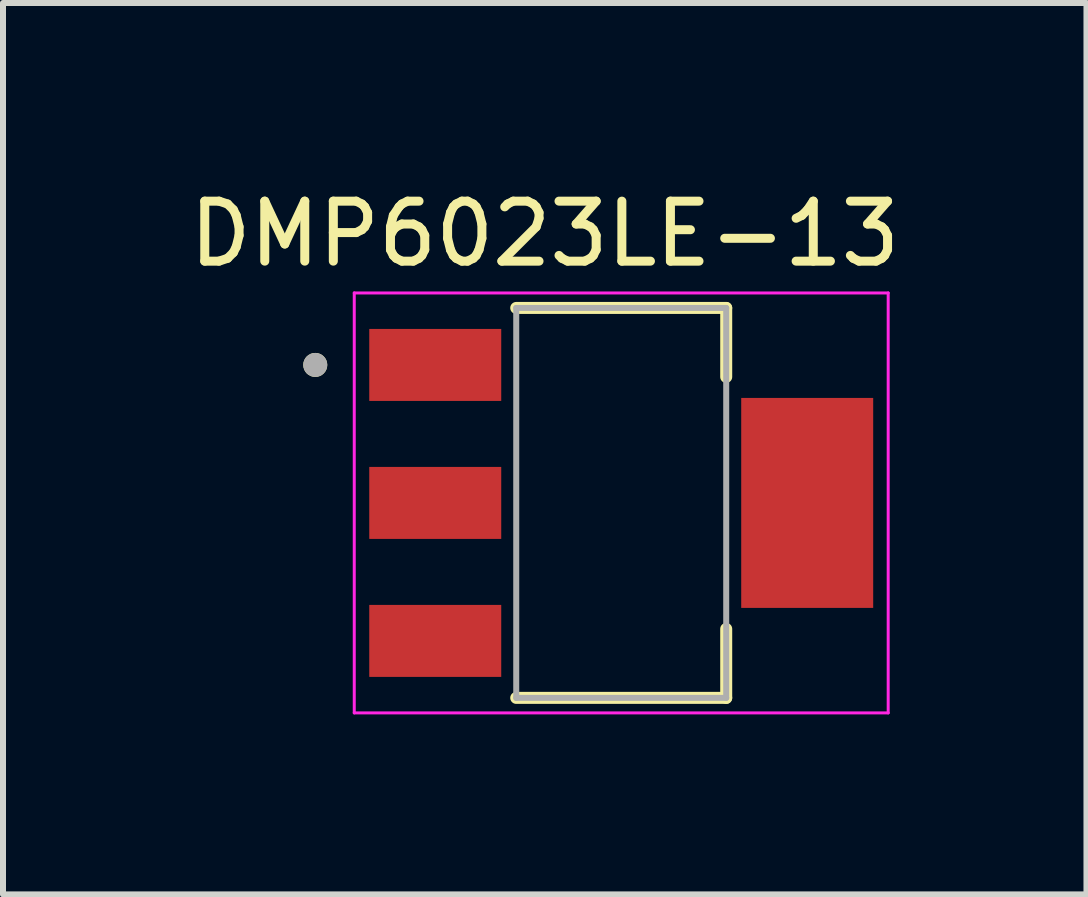
<source format=kicad_pcb>
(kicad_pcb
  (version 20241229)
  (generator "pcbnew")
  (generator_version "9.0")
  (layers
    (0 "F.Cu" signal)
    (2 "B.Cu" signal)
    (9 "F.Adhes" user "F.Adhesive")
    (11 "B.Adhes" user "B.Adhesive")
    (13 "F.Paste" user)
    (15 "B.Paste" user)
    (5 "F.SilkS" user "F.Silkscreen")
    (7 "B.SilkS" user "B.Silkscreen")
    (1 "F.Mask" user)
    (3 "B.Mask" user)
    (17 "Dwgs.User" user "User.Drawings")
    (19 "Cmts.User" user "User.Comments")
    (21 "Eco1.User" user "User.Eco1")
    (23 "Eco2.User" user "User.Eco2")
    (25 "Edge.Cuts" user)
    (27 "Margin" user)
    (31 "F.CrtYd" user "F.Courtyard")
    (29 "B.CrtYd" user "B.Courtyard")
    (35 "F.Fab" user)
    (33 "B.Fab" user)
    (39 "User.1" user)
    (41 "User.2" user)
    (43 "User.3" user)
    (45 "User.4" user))
  (footprint "DMP6023LE-13"
    (layer "F.Cu")
    (at 7.305 5.333)
    (property "Reference" "DMP6023LE-13" (at -1.275 -4.485 0) (layer "F.SilkS") (effects (font (size 1 1) (thickness 0.15))))
    (attr smd)
    (fp_line (start -1.75 -3.25) (end 1.75 -3.25) (stroke (width 0.2) (type solid)) (layer "F.SilkS"))
    (fp_line (start 1.75 -3.25) (end 1.75 -2.1) (stroke (width 0.2) (type solid)) (layer "F.SilkS"))
    (fp_line (start 1.75 2.1) (end 1.75 3.25) (stroke (width 0.2) (type solid)) (layer "F.SilkS"))
    (fp_line (start 1.75 3.25) (end -1.75 3.25) (stroke (width 0.2) (type solid)) (layer "F.SilkS"))
    (fp_circle (center -5.1 -2.3) (end -5 -2.3) (stroke (width 0.2) (type solid)) (fill no) (layer "F.SilkS"))
    (fp_line (start -4.45 -3.5) (end -4.45 3.5) (stroke (width 0.05) (type solid)) (layer "F.CrtYd"))
    (fp_line (start -4.45 3.5) (end 4.45 3.5) (stroke (width 0.05) (type solid)) (layer "F.CrtYd"))
    (fp_line (start 4.45 -3.5) (end -4.45 -3.5) (stroke (width 0.05) (type solid)) (layer "F.CrtYd"))
    (fp_line (start 4.45 3.5) (end 4.45 -3.5) (stroke (width 0.05) (type solid)) (layer "F.CrtYd"))
    (fp_line (start -1.75 -3.25) (end 1.75 -3.25) (stroke (width 0.1) (type solid)) (layer "F.Fab"))
    (fp_line (start -1.75 3.25) (end -1.75 -3.25) (stroke (width 0.1) (type solid)) (layer "F.Fab"))
    (fp_line (start 1.75 -3.25) (end 1.75 3.25) (stroke (width 0.1) (type solid)) (layer "F.Fab"))
    (fp_line (start 1.75 3.25) (end -1.75 3.25) (stroke (width 0.1) (type solid)) (layer "F.Fab"))
    (fp_circle (center -5.1 -2.3) (end -5 -2.3) (stroke (width 0.2) (type solid)) (fill no) (layer "F.Fab"))
    (pad "1" smd rect (at -3.1 -2.3) (size 2.2 1.2) (layers "F.Cu" "F.Mask" "F.Paste"))
    (pad "2" smd rect (at -3.1 0) (size 2.2 1.2) (layers "F.Cu" "F.Mask" "F.Paste"))
    (pad "3" smd rect (at -3.1 2.3) (size 2.2 1.2) (layers "F.Cu" "F.Mask" "F.Paste"))
    (pad "4" smd rect (at 3.1 0) (size 2.2 3.5) (layers "F.Cu" "F.Mask" "F.Paste")))
  (gr_rect
    (start -3 -3)
    (end 15.06 11.858)
    (stroke (width 0.1) (type default))
    (fill no)
    (layer "Edge.Cuts")))
</source>
